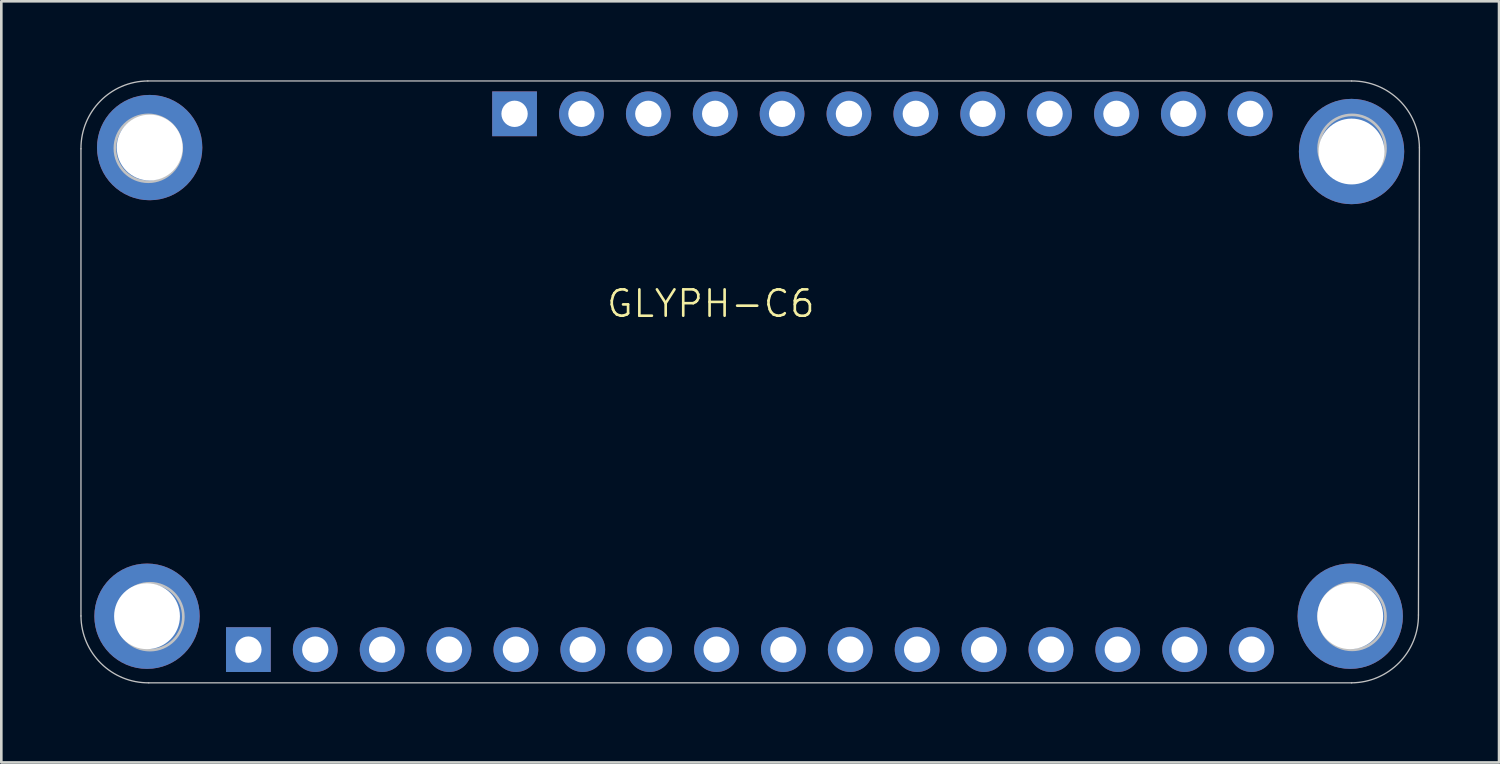
<source format=kicad_pcb>
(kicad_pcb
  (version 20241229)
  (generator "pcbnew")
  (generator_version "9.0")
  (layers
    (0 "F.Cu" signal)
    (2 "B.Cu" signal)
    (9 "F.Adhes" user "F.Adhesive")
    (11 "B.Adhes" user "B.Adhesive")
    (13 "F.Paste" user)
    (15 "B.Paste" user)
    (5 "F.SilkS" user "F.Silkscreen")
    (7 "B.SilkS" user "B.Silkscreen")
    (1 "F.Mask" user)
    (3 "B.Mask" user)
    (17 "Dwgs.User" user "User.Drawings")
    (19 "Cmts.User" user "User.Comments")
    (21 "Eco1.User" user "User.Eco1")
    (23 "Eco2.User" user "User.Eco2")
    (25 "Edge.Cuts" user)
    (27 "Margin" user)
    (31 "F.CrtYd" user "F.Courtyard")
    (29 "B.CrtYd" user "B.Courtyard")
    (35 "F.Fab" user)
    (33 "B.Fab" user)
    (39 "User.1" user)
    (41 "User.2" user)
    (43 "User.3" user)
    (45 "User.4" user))
  (footprint "GLYPH-C6"
    (layer "F.Cu")
    (at 25.434 11.455)
    (property "Reference" "GLYPH-C6" (at -1.486 -2.972 0) (unlocked yes) (layer "F.SilkS") (effects (font (size 1 1) (thickness 0.1))))
    (attr through_hole)
    (fp_line (start -25.409 8.89) (end -25.409 -8.854) (stroke (width 0.05) (type default)) (layer "Dwgs.User"))
    (fp_line (start -22.869 -11.43) (end 22.851 -11.43) (stroke (width 0.05) (type default)) (layer "Dwgs.User"))
    (fp_line (start 22.851 11.43) (end -22.833 11.43) (stroke (width 0.05) (type default)) (layer "Dwgs.User"))
    (fp_line (start 25.427 -8.89) (end 25.391 8.854) (stroke (width 0.05) (type default)) (layer "Dwgs.User"))
    (fp_arc (start -25.40876 -8.853842) (mid -24.672367 -10.667838) (end -22.869019 -11.429935) (stroke (width 0.05) (type default)) (layer "Dwgs.User"))
    (fp_arc (start -22.832926 11.429804) (mid -24.646927 10.693416) (end -25.409019 8.890063) (stroke (width 0.05) (type default)) (layer "Dwgs.User"))
    (fp_arc (start 22.850972 -11.429934) (mid 24.665016 -10.69359) (end 25.427065 -8.890193) (stroke (width 0.05) (type default)) (layer "Dwgs.User"))
    (fp_arc (start 25.390713 8.853971) (mid 24.654337 10.667983) (end 22.850972 11.430064) (stroke (width 0.05) (type default)) (layer "Dwgs.User"))
    (fp_circle (center -22.851 -8.872) (end -21.581 -8.872) (stroke (width 0.1) (type default)) (fill no) (layer "Dwgs.User"))
    (fp_circle (center -22.79 8.918) (end -21.52 8.918) (stroke (width 0.1) (type default)) (fill no) (layer "Dwgs.User"))
    (fp_circle (center 22.869 -8.872) (end 24.139 -8.872) (stroke (width 0.1) (type default)) (fill no) (layer "Dwgs.User"))
    (fp_circle (center 22.869 8.908) (end 24.139 8.908) (stroke (width 0.1) (type default)) (fill no) (layer "Dwgs.User"))
    (pad "" thru_hole circle (at -22.9 8.9) (size 4 4) (drill 2.5) (layers "*.Cu" "*.Mask") (remove_unused_layers yes) (keep_end_layers yes) (zone_layer_connections))
    (pad "" thru_hole circle (at -22.8 -8.9) (size 4 4) (drill 2.5) (layers "*.Cu" "*.Mask") (remove_unused_layers yes) (keep_end_layers yes) (zone_layer_connections))
    (pad "" thru_hole circle (at 22.8 8.9) (size 4 4) (drill 2.5) (layers "*.Cu" "*.Mask") (remove_unused_layers yes) (keep_end_layers yes) (zone_layer_connections))
    (pad "" thru_hole circle (at 22.85 -8.75) (size 4 4) (drill 2.5) (layers "*.Cu" "*.Mask") (remove_unused_layers yes) (keep_end_layers yes) (zone_layer_connections))
    (pad "1" thru_hole oval (at 19 -10.182 270) (size 1.7 1.7) (drill 1) (layers "*.Cu" "*.Mask"))
    (pad "2" thru_hole oval (at 16.46 -10.182 270) (size 1.7 1.7) (drill 1) (layers "*.Cu" "*.Mask"))
    (pad "3" thru_hole oval (at 13.92 -10.182 270) (size 1.7 1.7) (drill 1) (layers "*.Cu" "*.Mask"))
    (pad "4" thru_hole oval (at 11.38 -10.182 270) (size 1.7 1.7) (drill 1) (layers "*.Cu" "*.Mask"))
    (pad "5" thru_hole oval (at 8.84 -10.182 270) (size 1.7 1.7) (drill 1) (layers "*.Cu" "*.Mask"))
    (pad "6" thru_hole oval (at 6.3 -10.182 270) (size 1.7 1.7) (drill 1) (layers "*.Cu" "*.Mask"))
    (pad "7" thru_hole oval (at 3.76 -10.182 270) (size 1.7 1.7) (drill 1) (layers "*.Cu" "*.Mask"))
    (pad "8" thru_hole oval (at 1.22 -10.182 270) (size 1.7 1.7) (drill 1) (layers "*.Cu" "*.Mask"))
    (pad "9" thru_hole oval (at -1.32 -10.182 270) (size 1.7 1.7) (drill 1) (layers "*.Cu" "*.Mask"))
    (pad "10" thru_hole oval (at -3.86 -10.182 270) (size 1.7 1.7) (drill 1) (layers "*.Cu" "*.Mask"))
    (pad "11" thru_hole oval (at -6.4 -10.182 270) (size 1.7 1.7) (drill 1) (layers "*.Cu" "*.Mask"))
    (pad "12" thru_hole rect (at -8.94 -10.182 270) (size 1.7 1.7) (drill 1) (layers "*.Cu" "*.Mask"))
    (pad "13" thru_hole rect (at -19.05 10.168 90) (size 1.7 1.7) (drill 1) (layers "*.Cu" "*.Mask") (remove_unused_layers yes) (keep_end_layers yes) (zone_layer_connections))
    (pad "14" thru_hole oval (at -16.51 10.168 90) (size 1.7 1.7) (drill 1) (layers "*.Cu" "*.Mask") (remove_unused_layers yes) (keep_end_layers yes) (zone_layer_connections))
    (pad "15" thru_hole oval (at -13.97 10.168 90) (size 1.7 1.7) (drill 1) (layers "*.Cu" "*.Mask") (remove_unused_layers yes) (keep_end_layers yes) (zone_layer_connections))
    (pad "16" thru_hole oval (at -11.43 10.168 90) (size 1.7 1.7) (drill 1) (layers "*.Cu" "*.Mask") (remove_unused_layers yes) (keep_end_layers yes) (zone_layer_connections))
    (pad "17" thru_hole oval (at -8.89 10.168 90) (size 1.7 1.7) (drill 1) (layers "*.Cu" "*.Mask") (remove_unused_layers yes) (keep_end_layers yes) (zone_layer_connections))
    (pad "18" thru_hole oval (at -6.35 10.168 90) (size 1.7 1.7) (drill 1) (layers "*.Cu" "*.Mask") (remove_unused_layers yes) (keep_end_layers yes) (zone_layer_connections))
    (pad "19" thru_hole oval (at -3.81 10.168 90) (size 1.7 1.7) (drill 1) (layers "*.Cu" "*.Mask") (remove_unused_layers yes) (keep_end_layers yes) (zone_layer_connections))
    (pad "20" thru_hole oval (at -1.27 10.168 90) (size 1.7 1.7) (drill 1) (layers "*.Cu" "*.Mask") (remove_unused_layers yes) (keep_end_layers yes) (zone_layer_connections))
    (pad "21" thru_hole oval (at 1.27 10.168 90) (size 1.7 1.7) (drill 1) (layers "*.Cu" "*.Mask") (remove_unused_layers yes) (keep_end_layers yes) (zone_layer_connections))
    (pad "22" thru_hole oval (at 3.81 10.168 90) (size 1.7 1.7) (drill 1) (layers "*.Cu" "*.Mask") (remove_unused_layers yes) (keep_end_layers yes) (zone_layer_connections))
    (pad "23" thru_hole oval (at 6.35 10.168 90) (size 1.7 1.7) (drill 1) (layers "*.Cu" "*.Mask") (remove_unused_layers yes) (keep_end_layers yes) (zone_layer_connections))
    (pad "24" thru_hole oval (at 8.89 10.168 90) (size 1.7 1.7) (drill 1) (layers "*.Cu" "*.Mask") (remove_unused_layers yes) (keep_end_layers yes) (zone_layer_connections))
    (pad "25" thru_hole oval (at 11.43 10.168 90) (size 1.7 1.7) (drill 1) (layers "*.Cu" "*.Mask") (remove_unused_layers yes) (keep_end_layers yes) (zone_layer_connections))
    (pad "26" thru_hole oval (at 13.97 10.168 90) (size 1.7 1.7) (drill 1) (layers "*.Cu" "*.Mask") (remove_unused_layers yes) (keep_end_layers yes) (zone_layer_connections))
    (pad "27" thru_hole oval (at 16.51 10.168 90) (size 1.7 1.7) (drill 1) (layers "*.Cu" "*.Mask") (remove_unused_layers yes) (keep_end_layers yes) (zone_layer_connections))
    (pad "28" thru_hole oval (at 19.05 10.168 90) (size 1.7 1.7) (drill 1) (layers "*.Cu" "*.Mask") (remove_unused_layers yes) (keep_end_layers yes) (zone_layer_connections)))
  (gr_rect
    (start -3 -3)
    (end 53.886 25.91)
    (stroke (width 0.1) (type default))
    (fill no)
    (layer "Edge.Cuts")))
</source>
